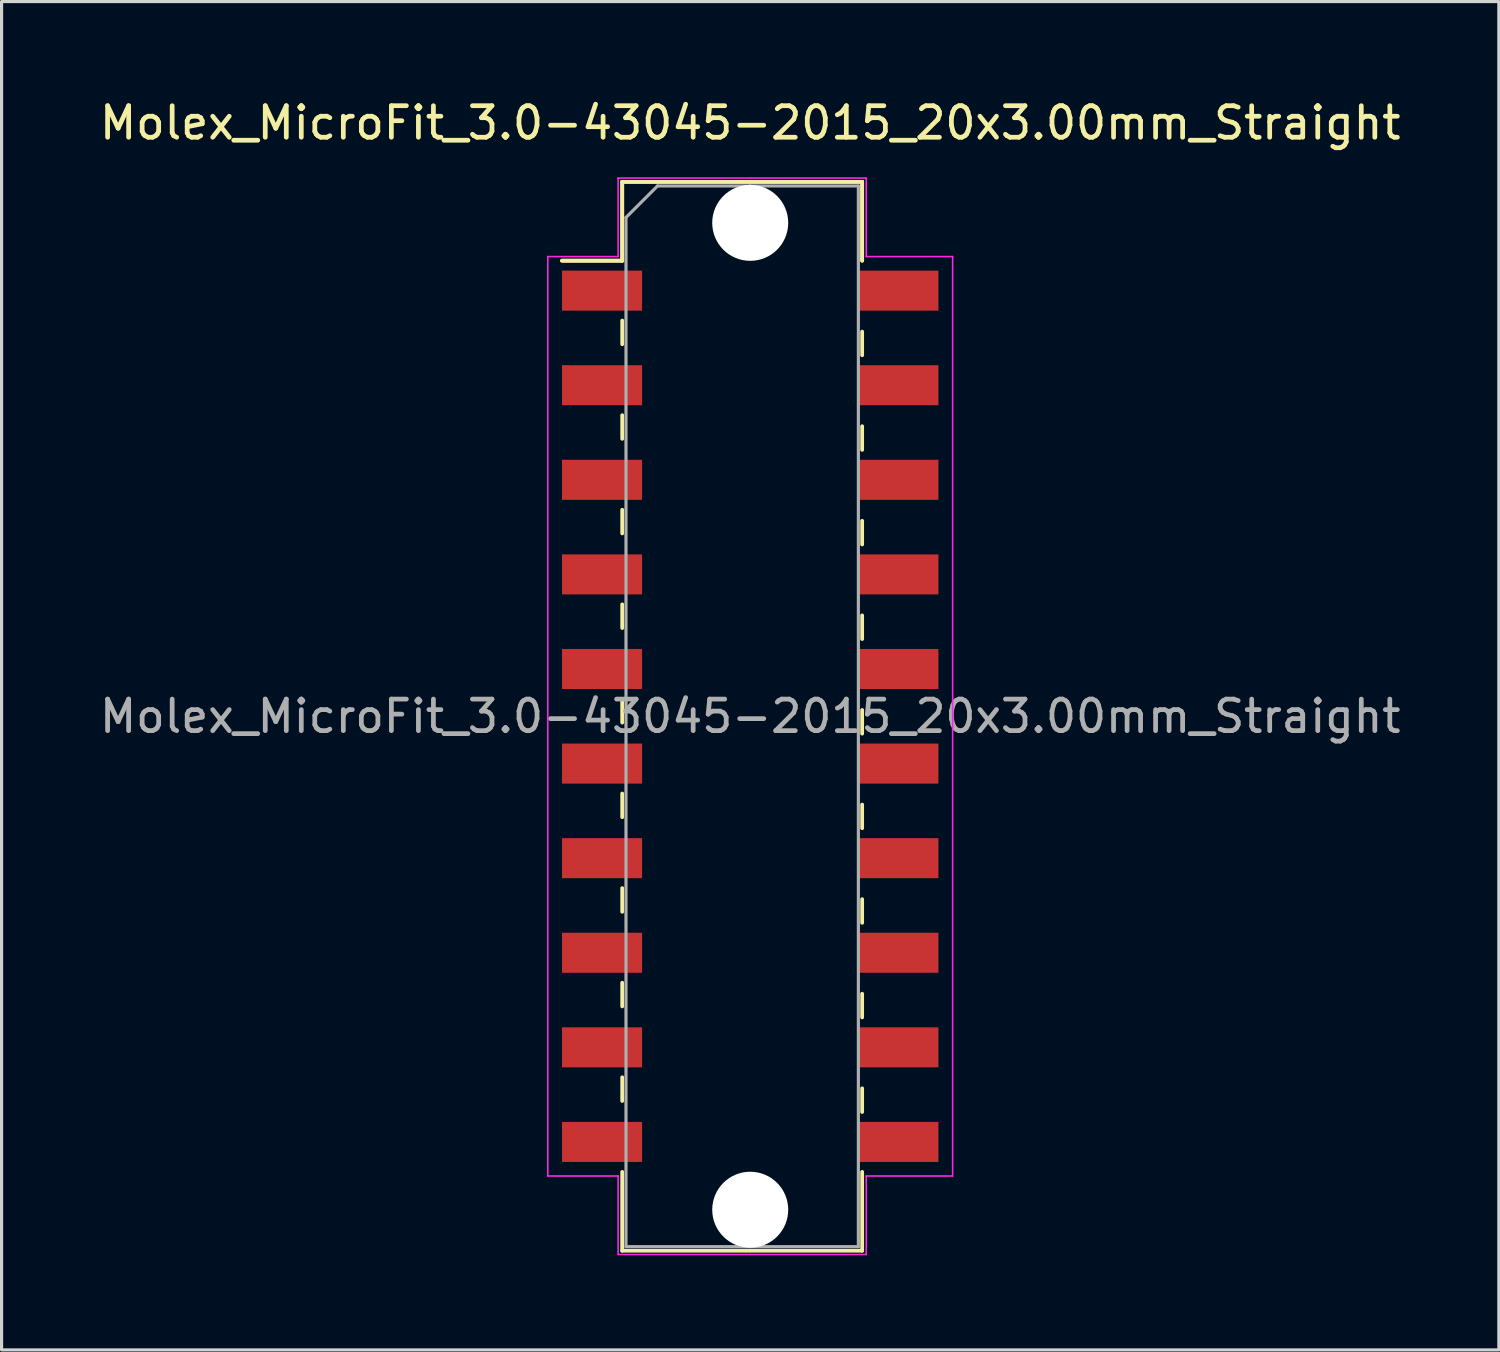
<source format=kicad_pcb>
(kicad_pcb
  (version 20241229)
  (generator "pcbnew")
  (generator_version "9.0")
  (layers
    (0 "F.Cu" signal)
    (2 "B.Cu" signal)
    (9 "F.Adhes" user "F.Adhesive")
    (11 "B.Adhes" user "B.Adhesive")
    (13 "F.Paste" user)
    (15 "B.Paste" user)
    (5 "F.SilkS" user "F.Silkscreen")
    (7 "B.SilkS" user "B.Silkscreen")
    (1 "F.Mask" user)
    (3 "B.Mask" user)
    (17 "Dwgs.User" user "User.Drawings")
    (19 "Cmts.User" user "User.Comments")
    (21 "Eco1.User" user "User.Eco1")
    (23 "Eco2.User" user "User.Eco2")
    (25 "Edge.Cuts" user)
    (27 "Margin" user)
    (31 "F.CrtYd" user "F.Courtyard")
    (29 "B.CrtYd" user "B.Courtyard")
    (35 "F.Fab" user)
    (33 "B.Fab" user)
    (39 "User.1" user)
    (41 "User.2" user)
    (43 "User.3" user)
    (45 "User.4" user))
  (footprint "Molex_MicroFit_3.0-43045-2015_20x3.00mm_Straight"
    (layer "F.Cu")
    (at 20.744 19.668)
    (property "Reference" "Molex_MicroFit_3.0-43045-2015_20x3.00mm_Straight" (at 0 -18.82 0) (layer "F.SilkS") (effects (font (size 1 1) (thickness 0.15))))
    (attr smd)
    (fp_line (start -5.97 -14.45) (end -4.06 -14.45) (stroke (width 0.12) (type solid)) (layer "F.SilkS"))
    (fp_line (start -5.97 -14.45) (end -4.06 -14.45) (stroke (width 0.12) (type solid)) (layer "F.SilkS"))
    (fp_line (start -4.06 -16.95) (end 3.55 -16.95) (stroke (width 0.12) (type solid)) (layer "F.SilkS"))
    (fp_line (start -4.06 -16.95) (end 3.55 -16.95) (stroke (width 0.12) (type solid)) (layer "F.SilkS"))
    (fp_line (start -4.06 -14.45) (end -4.06 -16.95) (stroke (width 0.12) (type solid)) (layer "F.SilkS"))
    (fp_line (start -4.06 -14.45) (end -4.06 -16.95) (stroke (width 0.12) (type solid)) (layer "F.SilkS"))
    (fp_line (start -4.06 -12.55) (end -4.06 -11.8) (stroke (width 0.12) (type solid)) (layer "F.SilkS"))
    (fp_line (start -4.06 -9.55) (end -4.06 -8.8) (stroke (width 0.12) (type solid)) (layer "F.SilkS"))
    (fp_line (start -4.06 -6.55) (end -4.06 -5.8) (stroke (width 0.12) (type solid)) (layer "F.SilkS"))
    (fp_line (start -4.06 -3.55) (end -4.06 -2.8) (stroke (width 0.12) (type solid)) (layer "F.SilkS"))
    (fp_line (start -4.06 -0.55) (end -4.06 0.2) (stroke (width 0.12) (type solid)) (layer "F.SilkS"))
    (fp_line (start -4.06 2.45) (end -4.06 3.2) (stroke (width 0.12) (type solid)) (layer "F.SilkS"))
    (fp_line (start -4.06 5.45) (end -4.06 6.2) (stroke (width 0.12) (type solid)) (layer "F.SilkS"))
    (fp_line (start -4.06 8.45) (end -4.06 9.2) (stroke (width 0.12) (type solid)) (layer "F.SilkS"))
    (fp_line (start -4.06 11.45) (end -4.06 12.2) (stroke (width 0.12) (type solid)) (layer "F.SilkS"))
    (fp_line (start -4.06 16.95) (end -4.06 14.45) (stroke (width 0.12) (type solid)) (layer "F.SilkS"))
    (fp_line (start 3.55 -16.95) (end 3.55 -14.45) (stroke (width 0.12) (type solid)) (layer "F.SilkS"))
    (fp_line (start 3.55 -16.95) (end 3.55 -14.45) (stroke (width 0.12) (type solid)) (layer "F.SilkS"))
    (fp_line (start 3.55 -11.45) (end 3.55 -12.2) (stroke (width 0.12) (type solid)) (layer "F.SilkS"))
    (fp_line (start 3.55 -8.45) (end 3.55 -9.2) (stroke (width 0.12) (type solid)) (layer "F.SilkS"))
    (fp_line (start 3.55 -5.45) (end 3.55 -6.2) (stroke (width 0.12) (type solid)) (layer "F.SilkS"))
    (fp_line (start 3.55 -2.45) (end 3.55 -3.2) (stroke (width 0.12) (type solid)) (layer "F.SilkS"))
    (fp_line (start 3.55 0.55) (end 3.55 -0.2) (stroke (width 0.12) (type solid)) (layer "F.SilkS"))
    (fp_line (start 3.55 3.55) (end 3.55 2.8) (stroke (width 0.12) (type solid)) (layer "F.SilkS"))
    (fp_line (start 3.55 6.55) (end 3.55 5.8) (stroke (width 0.12) (type solid)) (layer "F.SilkS"))
    (fp_line (start 3.55 9.55) (end 3.55 8.8) (stroke (width 0.12) (type solid)) (layer "F.SilkS"))
    (fp_line (start 3.55 12.55) (end 3.55 11.8) (stroke (width 0.12) (type solid)) (layer "F.SilkS"))
    (fp_line (start 3.55 14.45) (end 3.55 16.95) (stroke (width 0.12) (type solid)) (layer "F.SilkS"))
    (fp_line (start 3.55 16.95) (end -4.06 16.95) (stroke (width 0.12) (type solid)) (layer "F.SilkS"))
    (fp_line (start -6.42 -14.58) (end -4.19 -14.58) (stroke (width 0.05) (type solid)) (layer "F.CrtYd"))
    (fp_line (start -6.42 14.58) (end -6.42 -14.58) (stroke (width 0.05) (type solid)) (layer "F.CrtYd"))
    (fp_line (start -4.19 -17.07) (end 0 -17.07) (stroke (width 0.05) (type solid)) (layer "F.CrtYd"))
    (fp_line (start -4.19 -14.58) (end -4.19 -17.07) (stroke (width 0.05) (type solid)) (layer "F.CrtYd"))
    (fp_line (start -4.19 14.58) (end -6.42 14.58) (stroke (width 0.05) (type solid)) (layer "F.CrtYd"))
    (fp_line (start -4.19 17.07) (end -4.19 14.58) (stroke (width 0.05) (type solid)) (layer "F.CrtYd"))
    (fp_line (start 0 -17.07) (end 3.68 -17.07) (stroke (width 0.05) (type solid)) (layer "F.CrtYd"))
    (fp_line (start 0 17.07) (end -4.19 17.07) (stroke (width 0.05) (type solid)) (layer "F.CrtYd"))
    (fp_line (start 3.68 -17.07) (end 3.68 -14.58) (stroke (width 0.05) (type solid)) (layer "F.CrtYd"))
    (fp_line (start 3.68 -14.58) (end 6.42 -14.58) (stroke (width 0.05) (type solid)) (layer "F.CrtYd"))
    (fp_line (start 3.68 14.58) (end 3.68 17.07) (stroke (width 0.05) (type solid)) (layer "F.CrtYd"))
    (fp_line (start 3.68 17.07) (end 0 17.07) (stroke (width 0.05) (type solid)) (layer "F.CrtYd"))
    (fp_line (start 6.42 -14.58) (end 6.42 14.58) (stroke (width 0.05) (type solid)) (layer "F.CrtYd"))
    (fp_line (start 6.42 14.58) (end 3.68 14.58) (stroke (width 0.05) (type solid)) (layer "F.CrtYd"))
    (fp_line (start -3.94 -15.82) (end -2.94 -16.82) (stroke (width 0.1) (type solid)) (layer "F.Fab"))
    (fp_line (start -3.94 16.82) (end -3.94 -15.82) (stroke (width 0.1) (type solid)) (layer "F.Fab"))
    (fp_line (start -2.94 -16.82) (end 0 -16.82) (stroke (width 0.1) (type solid)) (layer "F.Fab"))
    (fp_line (start 0 -16.82) (end 3.43 -16.82) (stroke (width 0.1) (type solid)) (layer "F.Fab"))
    (fp_line (start 0 16.82) (end -3.94 16.82) (stroke (width 0.1) (type solid)) (layer "F.Fab"))
    (fp_line (start 3.43 -16.82) (end 3.43 16.82) (stroke (width 0.1) (type solid)) (layer "F.Fab"))
    (fp_line (start 3.43 16.82) (end 0 16.82) (stroke (width 0.1) (type solid)) (layer "F.Fab"))
    (fp_text user "${REFERENCE}" (at 0 0 0) (layer "F.Fab") (effects (font (size 1 1) (thickness 0.15))))
    (pad "" np_thru_hole circle (at 0 -15.65) (size 2.41 2.41) (drill 2.41) (layers "*.Cu"))
    (pad "" np_thru_hole circle (at 0 15.65) (size 2.41 2.41) (drill 2.41) (layers "*.Cu"))
    (pad "1" smd rect (at -4.7 -13.5) (size 2.54 1.27) (layers "F.Cu" "F.Mask" "F.Paste"))
    (pad "2" smd rect (at -4.7 -10.5) (size 2.54 1.27) (layers "F.Cu" "F.Mask" "F.Paste"))
    (pad "3" smd rect (at -4.7 -7.5) (size 2.54 1.27) (layers "F.Cu" "F.Mask" "F.Paste"))
    (pad "4" smd rect (at -4.7 -4.5) (size 2.54 1.27) (layers "F.Cu" "F.Mask" "F.Paste"))
    (pad "5" smd rect (at -4.7 -1.5) (size 2.54 1.27) (layers "F.Cu" "F.Mask" "F.Paste"))
    (pad "6" smd rect (at -4.7 1.5) (size 2.54 1.27) (layers "F.Cu" "F.Mask" "F.Paste"))
    (pad "7" smd rect (at -4.7 4.5) (size 2.54 1.27) (layers "F.Cu" "F.Mask" "F.Paste"))
    (pad "8" smd rect (at -4.7 7.5) (size 2.54 1.27) (layers "F.Cu" "F.Mask" "F.Paste"))
    (pad "9" smd rect (at -4.7 10.5) (size 2.54 1.27) (layers "F.Cu" "F.Mask" "F.Paste"))
    (pad "10" smd rect (at -4.7 13.5) (size 2.54 1.27) (layers "F.Cu" "F.Mask" "F.Paste"))
    (pad "11" smd rect (at 4.7 13.5) (size 2.54 1.27) (layers "F.Cu" "F.Mask" "F.Paste"))
    (pad "12" smd rect (at 4.7 10.5) (size 2.54 1.27) (layers "F.Cu" "F.Mask" "F.Paste"))
    (pad "13" smd rect (at 4.7 7.5) (size 2.54 1.27) (layers "F.Cu" "F.Mask" "F.Paste"))
    (pad "14" smd rect (at 4.7 4.5) (size 2.54 1.27) (layers "F.Cu" "F.Mask" "F.Paste"))
    (pad "15" smd rect (at 4.7 1.5) (size 2.54 1.27) (layers "F.Cu" "F.Mask" "F.Paste"))
    (pad "16" smd rect (at 4.7 -1.5) (size 2.54 1.27) (layers "F.Cu" "F.Mask" "F.Paste"))
    (pad "17" smd rect (at 4.7 -4.5) (size 2.54 1.27) (layers "F.Cu" "F.Mask" "F.Paste"))
    (pad "18" smd rect (at 4.7 -7.5) (size 2.54 1.27) (layers "F.Cu" "F.Mask" "F.Paste"))
    (pad "19" smd rect (at 4.7 -10.5) (size 2.54 1.27) (layers "F.Cu" "F.Mask" "F.Paste"))
    (pad "20" smd rect (at 4.7 -13.5) (size 2.54 1.27) (layers "F.Cu" "F.Mask" "F.Paste")))
  (gr_rect
    (start -3 -3)
    (end 44.488 39.763)
    (stroke (width 0.1) (type default))
    (fill no)
    (layer "Edge.Cuts")))
</source>
